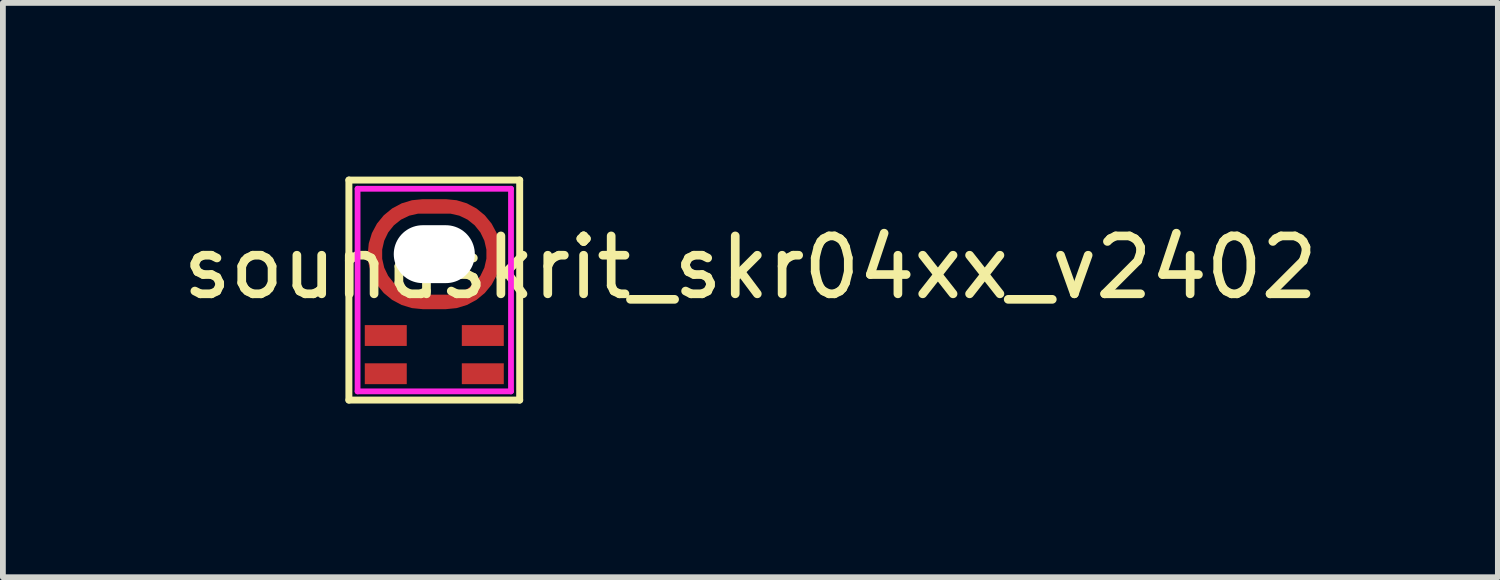
<source format=kicad_pcb>
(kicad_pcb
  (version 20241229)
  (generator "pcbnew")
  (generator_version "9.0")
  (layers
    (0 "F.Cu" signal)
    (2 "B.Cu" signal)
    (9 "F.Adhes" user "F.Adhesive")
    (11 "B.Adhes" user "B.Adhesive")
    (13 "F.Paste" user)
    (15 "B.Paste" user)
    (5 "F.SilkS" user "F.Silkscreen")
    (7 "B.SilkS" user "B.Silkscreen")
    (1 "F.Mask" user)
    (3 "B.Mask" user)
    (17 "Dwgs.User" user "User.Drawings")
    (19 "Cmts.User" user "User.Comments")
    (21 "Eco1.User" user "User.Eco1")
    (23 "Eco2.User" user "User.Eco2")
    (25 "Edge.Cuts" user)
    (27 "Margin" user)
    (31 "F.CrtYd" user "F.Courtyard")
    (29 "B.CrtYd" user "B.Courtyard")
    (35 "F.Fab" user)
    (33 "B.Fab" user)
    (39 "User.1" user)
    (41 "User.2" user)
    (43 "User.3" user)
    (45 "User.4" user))
  (footprint "soundskrit_skr04xx_v2402"
    (layer "F.Cu")
    (at 4.451 1.34)
    (property "Reference" "soundskrit_skr04xx_v2402" (at 5.46 0.23 0) (layer "F.SilkS") (effects (font (size 1 1) (thickness 0.15))))
    (attr smd)
    (fp_line (start -0.2 -0.825) (end 0.2 -0.825) (stroke (width 0.25) (type default)) (layer "F.Mask"))
    (fp_line (start -0.2 0.825) (end 0.2 0.825) (stroke (width 0.25) (type default)) (layer "F.Mask"))
    (fp_arc (start -0.2 0.825) (mid -1.025 0) (end -0.2 -0.825) (stroke (width 0.25) (type default)) (layer "F.Mask"))
    (fp_arc (start 0.2 -0.825) (mid 1.025 0) (end 0.2 0.825) (stroke (width 0.25) (type default)) (layer "F.Mask"))
    (fp_line (start -1.475 -1.28) (end -1.475 2.52) (stroke (width 0.12) (type solid)) (layer "F.SilkS"))
    (fp_line (start -1.475 -1.28) (end 1.475 -1.28) (stroke (width 0.12) (type solid)) (layer "F.SilkS"))
    (fp_line (start -1.475 2.52) (end 1.475 2.52) (stroke (width 0.12) (type solid)) (layer "F.SilkS"))
    (fp_line (start 1.475 -1.28) (end 1.475 2.52) (stroke (width 0.12) (type solid)) (layer "F.SilkS"))
    (fp_line (start -1.325 -1.13) (end -1.325 2.37) (stroke (width 0.1) (type solid)) (layer "F.CrtYd"))
    (fp_line (start 1.325 -1.13) (end -1.325 -1.13) (stroke (width 0.1) (type solid)) (layer "F.CrtYd"))
    (fp_line (start 1.325 -1.13) (end 1.325 2.37) (stroke (width 0.1) (type solid)) (layer "F.CrtYd"))
    (fp_line (start 1.325 2.37) (end -1.325 2.37) (stroke (width 0.1) (type solid)) (layer "F.CrtYd"))
    (pad "" np_thru_hole oval (at 0 0) (size 1.4 1) (drill oval 1.4 1) (layers "*.Cu" "*.Mask"))
    (pad "1" smd rect (at 0.838 2.065) (size 0.725 0.36) (layers "F.Cu" "F.Mask" "F.Paste"))
    (pad "2" smd rect (at 0.838 1.405) (size 0.725 0.36) (layers "F.Cu" "F.Mask" "F.Paste"))
    (pad "3" smd circle (at -1.025 0) (size 0.2 0.2) (layers "F.Cu" "F.Mask" "F.Paste"))
    (pad "3" smd custom (at 0 -0.825) (size 0.2 0.2) (layers "F.Cu" "F.Mask" "F.Paste") (options (anchor circle)) (primitives (gr_arc (start 0.2 0) (mid 1.025 0.825) (end 0.2 1.65) (width 0.25)) (gr_line (start -0.2 1.65) (end 0.2 1.65) (width 0.25)) (gr_arc (start -0.2 1.65) (mid -1.025 0.825) (end -0.2 0) (width 0.25)) (gr_line (start -0.2 0) (end 0.2 0) (width 0.25))))
    (pad "3" smd circle (at 0 0.825) (size 0.2 0.2) (layers "F.Cu" "F.Mask" "F.Paste"))
    (pad "3" smd circle (at 1.025 0) (size 0.2 0.2) (layers "F.Cu" "F.Mask" "F.Paste"))
    (pad "4" smd rect (at -0.838 1.405) (size 0.725 0.36) (layers "F.Cu" "F.Mask" "F.Paste"))
    (pad "5" smd rect (at -0.838 2.065) (size 0.725 0.36) (layers "F.Cu" "F.Mask" "F.Paste")))
  (gr_rect
    (start -3 -3)
    (end 22.821 6.92)
    (stroke (width 0.1) (type default))
    (fill no)
    (layer "Edge.Cuts")))
</source>
